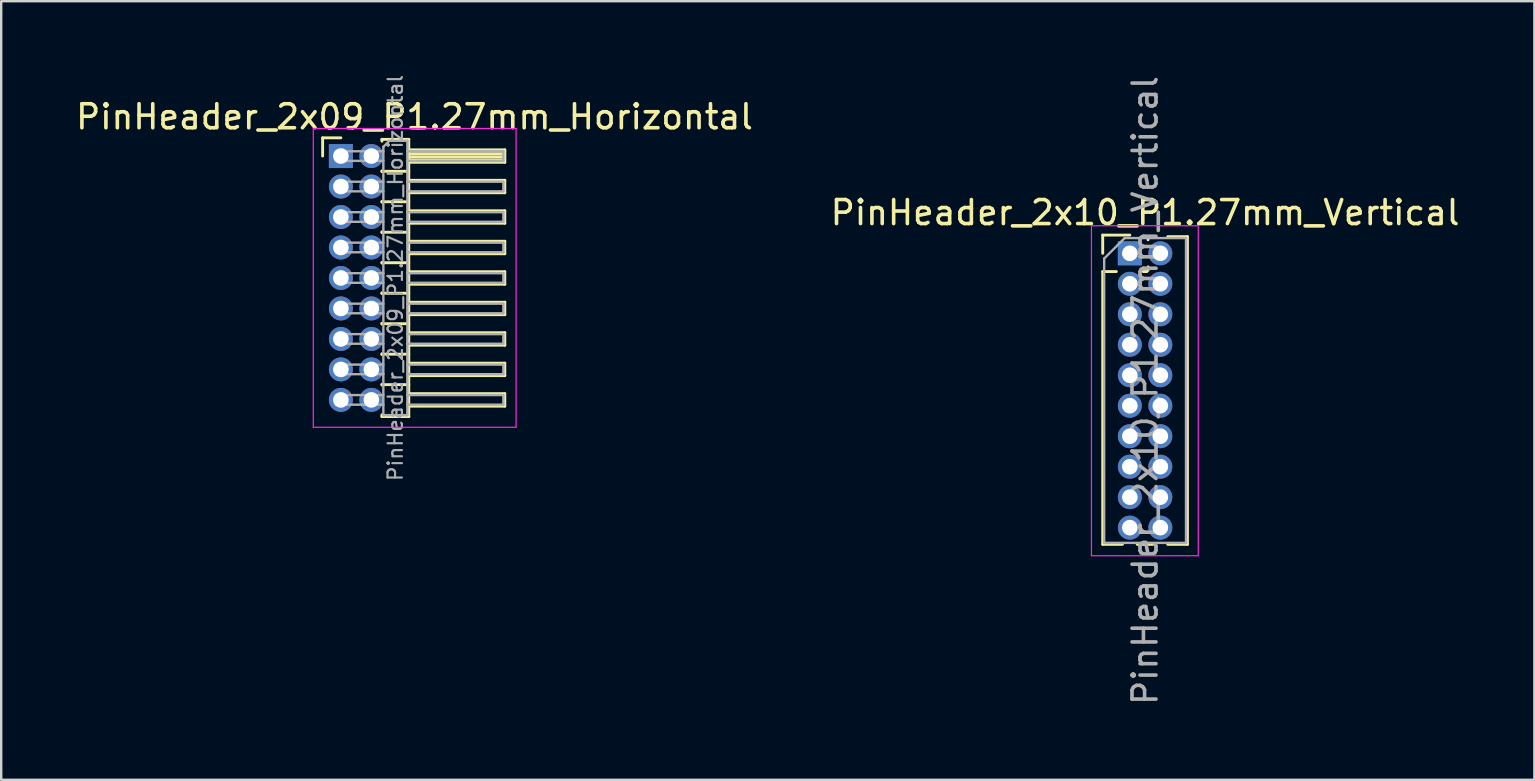
<source format=kicad_pcb>
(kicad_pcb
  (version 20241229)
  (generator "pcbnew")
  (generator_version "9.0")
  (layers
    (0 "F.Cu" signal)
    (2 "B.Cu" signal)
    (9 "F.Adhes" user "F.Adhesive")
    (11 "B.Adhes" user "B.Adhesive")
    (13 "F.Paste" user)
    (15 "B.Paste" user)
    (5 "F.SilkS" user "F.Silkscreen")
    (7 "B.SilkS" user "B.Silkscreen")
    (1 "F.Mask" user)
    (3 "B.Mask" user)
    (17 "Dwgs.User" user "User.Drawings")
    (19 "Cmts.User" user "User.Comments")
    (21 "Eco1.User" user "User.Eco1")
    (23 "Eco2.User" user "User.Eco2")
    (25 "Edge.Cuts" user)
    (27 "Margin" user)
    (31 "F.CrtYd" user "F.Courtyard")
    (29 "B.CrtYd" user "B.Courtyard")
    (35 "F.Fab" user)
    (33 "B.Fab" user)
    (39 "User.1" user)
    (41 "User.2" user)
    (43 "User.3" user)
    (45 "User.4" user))
  (footprint "PinHeader_2x10_P1.27mm_Vertical"
    (layer "F.Cu")
    (at 44.026 7.505)
    (property "Reference" "PinHeader_2x10_P1.27mm_Vertical" (at 0.635 -1.695 0) (layer "F.SilkS") (effects (font (size 1 1) (thickness 0.15))))
    (attr through_hole)
    (fp_line (start -1.13 -0.76) (end 0 -0.76) (stroke (width 0.12) (type solid)) (layer "F.SilkS"))
    (fp_line (start -1.13 0) (end -1.13 -0.76) (stroke (width 0.12) (type solid)) (layer "F.SilkS"))
    (fp_line (start -1.13 0.76) (end -1.13 12.125) (stroke (width 0.12) (type solid)) (layer "F.SilkS"))
    (fp_line (start -1.13 0.76) (end -0.563 0.76) (stroke (width 0.12) (type solid)) (layer "F.SilkS"))
    (fp_line (start -1.13 12.125) (end -0.308 12.125) (stroke (width 0.12) (type solid)) (layer "F.SilkS"))
    (fp_line (start 0.308 12.125) (end 0.962 12.125) (stroke (width 0.12) (type solid)) (layer "F.SilkS"))
    (fp_line (start 0.563 0.76) (end 0.707 0.76) (stroke (width 0.12) (type solid)) (layer "F.SilkS"))
    (fp_line (start 0.76 -0.695) (end 0.962 -0.695) (stroke (width 0.12) (type solid)) (layer "F.SilkS"))
    (fp_line (start 0.76 -0.563) (end 0.76 -0.695) (stroke (width 0.12) (type solid)) (layer "F.SilkS"))
    (fp_line (start 0.76 0.707) (end 0.76 0.563) (stroke (width 0.12) (type solid)) (layer "F.SilkS"))
    (fp_line (start 1.578 -0.695) (end 2.4 -0.695) (stroke (width 0.12) (type solid)) (layer "F.SilkS"))
    (fp_line (start 1.578 12.125) (end 2.4 12.125) (stroke (width 0.12) (type solid)) (layer "F.SilkS"))
    (fp_line (start 2.4 -0.695) (end 2.4 12.125) (stroke (width 0.12) (type solid)) (layer "F.SilkS"))
    (fp_line (start -1.6 -1.15) (end -1.6 12.6) (stroke (width 0.05) (type solid)) (layer "F.CrtYd"))
    (fp_line (start -1.6 12.6) (end 2.85 12.6) (stroke (width 0.05) (type solid)) (layer "F.CrtYd"))
    (fp_line (start 2.85 -1.15) (end -1.6 -1.15) (stroke (width 0.05) (type solid)) (layer "F.CrtYd"))
    (fp_line (start 2.85 12.6) (end 2.85 -1.15) (stroke (width 0.05) (type solid)) (layer "F.CrtYd"))
    (fp_line (start -1.07 0.217) (end -0.217 -0.635) (stroke (width 0.1) (type solid)) (layer "F.Fab"))
    (fp_line (start -1.07 12.065) (end -1.07 0.217) (stroke (width 0.1) (type solid)) (layer "F.Fab"))
    (fp_line (start -0.217 -0.635) (end 2.34 -0.635) (stroke (width 0.1) (type solid)) (layer "F.Fab"))
    (fp_line (start 2.34 -0.635) (end 2.34 12.065) (stroke (width 0.1) (type solid)) (layer "F.Fab"))
    (fp_line (start 2.34 12.065) (end -1.07 12.065) (stroke (width 0.1) (type solid)) (layer "F.Fab"))
    (fp_text user "${REFERENCE}" (at 0.635 5.715 90) (layer "F.Fab") (effects (font (size 1 1) (thickness 0.15))))
    (pad "1" thru_hole rect (at 0 0) (size 1 1) (drill 0.65) (layers "*.Cu" "*.Mask"))
    (pad "2" thru_hole oval (at 1.27 0) (size 1 1) (drill 0.65) (layers "*.Cu" "*.Mask"))
    (pad "3" thru_hole oval (at 0 1.27) (size 1 1) (drill 0.65) (layers "*.Cu" "*.Mask"))
    (pad "4" thru_hole oval (at 1.27 1.27) (size 1 1) (drill 0.65) (layers "*.Cu" "*.Mask"))
    (pad "5" thru_hole oval (at 0 2.54) (size 1 1) (drill 0.65) (layers "*.Cu" "*.Mask"))
    (pad "6" thru_hole oval (at 1.27 2.54) (size 1 1) (drill 0.65) (layers "*.Cu" "*.Mask"))
    (pad "7" thru_hole oval (at 0 3.81) (size 1 1) (drill 0.65) (layers "*.Cu" "*.Mask"))
    (pad "8" thru_hole oval (at 1.27 3.81) (size 1 1) (drill 0.65) (layers "*.Cu" "*.Mask"))
    (pad "9" thru_hole oval (at 0 5.08) (size 1 1) (drill 0.65) (layers "*.Cu" "*.Mask"))
    (pad "10" thru_hole oval (at 1.27 5.08) (size 1 1) (drill 0.65) (layers "*.Cu" "*.Mask"))
    (pad "11" thru_hole oval (at 0 6.35) (size 1 1) (drill 0.65) (layers "*.Cu" "*.Mask"))
    (pad "12" thru_hole oval (at 1.27 6.35) (size 1 1) (drill 0.65) (layers "*.Cu" "*.Mask"))
    (pad "13" thru_hole oval (at 0 7.62) (size 1 1) (drill 0.65) (layers "*.Cu" "*.Mask"))
    (pad "14" thru_hole oval (at 1.27 7.62) (size 1 1) (drill 0.65) (layers "*.Cu" "*.Mask"))
    (pad "15" thru_hole oval (at 0 8.89) (size 1 1) (drill 0.65) (layers "*.Cu" "*.Mask"))
    (pad "16" thru_hole oval (at 1.27 8.89) (size 1 1) (drill 0.65) (layers "*.Cu" "*.Mask"))
    (pad "17" thru_hole oval (at 0 10.16) (size 1 1) (drill 0.65) (layers "*.Cu" "*.Mask"))
    (pad "18" thru_hole oval (at 1.27 10.16) (size 1 1) (drill 0.65) (layers "*.Cu" "*.Mask"))
    (pad "19" thru_hole oval (at 0 11.43) (size 1 1) (drill 0.65) (layers "*.Cu" "*.Mask"))
    (pad "20" thru_hole oval (at 1.27 11.43) (size 1 1) (drill 0.65) (layers "*.Cu" "*.Mask")))
  (footprint "PinHeader_2x09_P1.27mm_Horizontal"
    (layer "F.Cu")
    (at 11.153 3.452)
    (property "Reference" "PinHeader_2x09_P1.27mm_Horizontal" (at 3.067 -1.635 0) (layer "F.SilkS") (effects (font (size 1 1) (thickness 0.15))))
    (attr through_hole)
    (fp_line (start -0.76 -0.76) (end 0 -0.76) (stroke (width 0.12) (type solid)) (layer "F.SilkS"))
    (fp_line (start -0.76 0) (end -0.76 -0.76) (stroke (width 0.12) (type solid)) (layer "F.SilkS"))
    (fp_line (start 1.71 -0.695) (end 2.83 -0.695) (stroke (width 0.12) (type solid)) (layer "F.SilkS"))
    (fp_line (start 1.71 -0.62) (end 1.71 -0.695) (stroke (width 0.12) (type solid)) (layer "F.SilkS"))
    (fp_line (start 1.71 0.62) (end 1.71 0.65) (stroke (width 0.12) (type solid)) (layer "F.SilkS"))
    (fp_line (start 1.71 0.635) (end 2.83 0.635) (stroke (width 0.12) (type solid)) (layer "F.SilkS"))
    (fp_line (start 1.71 1.89) (end 1.71 1.92) (stroke (width 0.12) (type solid)) (layer "F.SilkS"))
    (fp_line (start 1.71 1.905) (end 2.83 1.905) (stroke (width 0.12) (type solid)) (layer "F.SilkS"))
    (fp_line (start 1.71 3.16) (end 1.71 3.19) (stroke (width 0.12) (type solid)) (layer "F.SilkS"))
    (fp_line (start 1.71 3.175) (end 2.83 3.175) (stroke (width 0.12) (type solid)) (layer "F.SilkS"))
    (fp_line (start 1.71 4.43) (end 1.71 4.46) (stroke (width 0.12) (type solid)) (layer "F.SilkS"))
    (fp_line (start 1.71 4.445) (end 2.83 4.445) (stroke (width 0.12) (type solid)) (layer "F.SilkS"))
    (fp_line (start 1.71 5.7) (end 1.71 5.73) (stroke (width 0.12) (type solid)) (layer "F.SilkS"))
    (fp_line (start 1.71 5.715) (end 2.83 5.715) (stroke (width 0.12) (type solid)) (layer "F.SilkS"))
    (fp_line (start 1.71 6.97) (end 1.71 7) (stroke (width 0.12) (type solid)) (layer "F.SilkS"))
    (fp_line (start 1.71 6.985) (end 2.83 6.985) (stroke (width 0.12) (type solid)) (layer "F.SilkS"))
    (fp_line (start 1.71 8.24) (end 1.71 8.27) (stroke (width 0.12) (type solid)) (layer "F.SilkS"))
    (fp_line (start 1.71 8.255) (end 2.83 8.255) (stroke (width 0.12) (type solid)) (layer "F.SilkS"))
    (fp_line (start 1.71 9.51) (end 1.71 9.54) (stroke (width 0.12) (type solid)) (layer "F.SilkS"))
    (fp_line (start 1.71 9.525) (end 2.83 9.525) (stroke (width 0.12) (type solid)) (layer "F.SilkS"))
    (fp_line (start 1.71 10.855) (end 1.71 10.78) (stroke (width 0.12) (type solid)) (layer "F.SilkS"))
    (fp_line (start 2.83 -0.695) (end 2.83 10.855) (stroke (width 0.12) (type solid)) (layer "F.SilkS"))
    (fp_line (start 2.83 -0.26) (end 6.83 -0.26) (stroke (width 0.12) (type solid)) (layer "F.SilkS"))
    (fp_line (start 2.83 -0.2) (end 6.83 -0.2) (stroke (width 0.12) (type solid)) (layer "F.SilkS"))
    (fp_line (start 2.83 -0.08) (end 6.83 -0.08) (stroke (width 0.12) (type solid)) (layer "F.SilkS"))
    (fp_line (start 2.83 0.04) (end 6.83 0.04) (stroke (width 0.12) (type solid)) (layer "F.SilkS"))
    (fp_line (start 2.83 0.16) (end 6.83 0.16) (stroke (width 0.12) (type solid)) (layer "F.SilkS"))
    (fp_line (start 2.83 1.01) (end 6.83 1.01) (stroke (width 0.12) (type solid)) (layer "F.SilkS"))
    (fp_line (start 2.83 2.28) (end 6.83 2.28) (stroke (width 0.12) (type solid)) (layer "F.SilkS"))
    (fp_line (start 2.83 3.55) (end 6.83 3.55) (stroke (width 0.12) (type solid)) (layer "F.SilkS"))
    (fp_line (start 2.83 4.82) (end 6.83 4.82) (stroke (width 0.12) (type solid)) (layer "F.SilkS"))
    (fp_line (start 2.83 6.09) (end 6.83 6.09) (stroke (width 0.12) (type solid)) (layer "F.SilkS"))
    (fp_line (start 2.83 7.36) (end 6.83 7.36) (stroke (width 0.12) (type solid)) (layer "F.SilkS"))
    (fp_line (start 2.83 8.63) (end 6.83 8.63) (stroke (width 0.12) (type solid)) (layer "F.SilkS"))
    (fp_line (start 2.83 9.9) (end 6.83 9.9) (stroke (width 0.12) (type solid)) (layer "F.SilkS"))
    (fp_line (start 2.83 10.855) (end 1.71 10.855) (stroke (width 0.12) (type solid)) (layer "F.SilkS"))
    (fp_line (start 6.83 -0.26) (end 6.83 0.26) (stroke (width 0.12) (type solid)) (layer "F.SilkS"))
    (fp_line (start 6.83 0.26) (end 2.83 0.26) (stroke (width 0.12) (type solid)) (layer "F.SilkS"))
    (fp_line (start 6.83 1.01) (end 6.83 1.53) (stroke (width 0.12) (type solid)) (layer "F.SilkS"))
    (fp_line (start 6.83 1.53) (end 2.83 1.53) (stroke (width 0.12) (type solid)) (layer "F.SilkS"))
    (fp_line (start 6.83 2.28) (end 6.83 2.8) (stroke (width 0.12) (type solid)) (layer "F.SilkS"))
    (fp_line (start 6.83 2.8) (end 2.83 2.8) (stroke (width 0.12) (type solid)) (layer "F.SilkS"))
    (fp_line (start 6.83 3.55) (end 6.83 4.07) (stroke (width 0.12) (type solid)) (layer "F.SilkS"))
    (fp_line (start 6.83 4.07) (end 2.83 4.07) (stroke (width 0.12) (type solid)) (layer "F.SilkS"))
    (fp_line (start 6.83 4.82) (end 6.83 5.34) (stroke (width 0.12) (type solid)) (layer "F.SilkS"))
    (fp_line (start 6.83 5.34) (end 2.83 5.34) (stroke (width 0.12) (type solid)) (layer "F.SilkS"))
    (fp_line (start 6.83 6.09) (end 6.83 6.61) (stroke (width 0.12) (type solid)) (layer "F.SilkS"))
    (fp_line (start 6.83 6.61) (end 2.83 6.61) (stroke (width 0.12) (type solid)) (layer "F.SilkS"))
    (fp_line (start 6.83 7.36) (end 6.83 7.88) (stroke (width 0.12) (type solid)) (layer "F.SilkS"))
    (fp_line (start 6.83 7.88) (end 2.83 7.88) (stroke (width 0.12) (type solid)) (layer "F.SilkS"))
    (fp_line (start 6.83 8.63) (end 6.83 9.15) (stroke (width 0.12) (type solid)) (layer "F.SilkS"))
    (fp_line (start 6.83 9.15) (end 2.83 9.15) (stroke (width 0.12) (type solid)) (layer "F.SilkS"))
    (fp_line (start 6.83 9.9) (end 6.83 10.42) (stroke (width 0.12) (type solid)) (layer "F.SilkS"))
    (fp_line (start 6.83 10.42) (end 2.83 10.42) (stroke (width 0.12) (type solid)) (layer "F.SilkS"))
    (fp_line (start -1.15 -1.15) (end -1.15 11.3) (stroke (width 0.05) (type solid)) (layer "F.CrtYd"))
    (fp_line (start -1.15 11.3) (end 7.3 11.3) (stroke (width 0.05) (type solid)) (layer "F.CrtYd"))
    (fp_line (start 7.3 -1.15) (end -1.15 -1.15) (stroke (width 0.05) (type solid)) (layer "F.CrtYd"))
    (fp_line (start 7.3 11.3) (end 7.3 -1.15) (stroke (width 0.05) (type solid)) (layer "F.CrtYd"))
    (fp_line (start -0.2 -0.2) (end -0.2 0.2) (stroke (width 0.1) (type solid)) (layer "F.Fab"))
    (fp_line (start -0.2 -0.2) (end 1.77 -0.2) (stroke (width 0.1) (type solid)) (layer "F.Fab"))
    (fp_line (start -0.2 0.2) (end 1.77 0.2) (stroke (width 0.1) (type solid)) (layer "F.Fab"))
    (fp_line (start -0.2 1.07) (end -0.2 1.47) (stroke (width 0.1) (type solid)) (layer "F.Fab"))
    (fp_line (start -0.2 1.07) (end 1.77 1.07) (stroke (width 0.1) (type solid)) (layer "F.Fab"))
    (fp_line (start -0.2 1.47) (end 1.77 1.47) (stroke (width 0.1) (type solid)) (layer "F.Fab"))
    (fp_line (start -0.2 2.34) (end -0.2 2.74) (stroke (width 0.1) (type solid)) (layer "F.Fab"))
    (fp_line (start -0.2 2.34) (end 1.77 2.34) (stroke (width 0.1) (type solid)) (layer "F.Fab"))
    (fp_line (start -0.2 2.74) (end 1.77 2.74) (stroke (width 0.1) (type solid)) (layer "F.Fab"))
    (fp_line (start -0.2 3.61) (end -0.2 4.01) (stroke (width 0.1) (type solid)) (layer "F.Fab"))
    (fp_line (start -0.2 3.61) (end 1.77 3.61) (stroke (width 0.1) (type solid)) (layer "F.Fab"))
    (fp_line (start -0.2 4.01) (end 1.77 4.01) (stroke (width 0.1) (type solid)) (layer "F.Fab"))
    (fp_line (start -0.2 4.88) (end -0.2 5.28) (stroke (width 0.1) (type solid)) (layer "F.Fab"))
    (fp_line (start -0.2 4.88) (end 1.77 4.88) (stroke (width 0.1) (type solid)) (layer "F.Fab"))
    (fp_line (start -0.2 5.28) (end 1.77 5.28) (stroke (width 0.1) (type solid)) (layer "F.Fab"))
    (fp_line (start -0.2 6.15) (end -0.2 6.55) (stroke (width 0.1) (type solid)) (layer "F.Fab"))
    (fp_line (start -0.2 6.15) (end 1.77 6.15) (stroke (width 0.1) (type solid)) (layer "F.Fab"))
    (fp_line (start -0.2 6.55) (end 1.77 6.55) (stroke (width 0.1) (type solid)) (layer "F.Fab"))
    (fp_line (start -0.2 7.42) (end -0.2 7.82) (stroke (width 0.1) (type solid)) (layer "F.Fab"))
    (fp_line (start -0.2 7.42) (end 1.77 7.42) (stroke (width 0.1) (type solid)) (layer "F.Fab"))
    (fp_line (start -0.2 7.82) (end 1.77 7.82) (stroke (width 0.1) (type solid)) (layer "F.Fab"))
    (fp_line (start -0.2 8.69) (end -0.2 9.09) (stroke (width 0.1) (type solid)) (layer "F.Fab"))
    (fp_line (start -0.2 8.69) (end 1.77 8.69) (stroke (width 0.1) (type solid)) (layer "F.Fab"))
    (fp_line (start -0.2 9.09) (end 1.77 9.09) (stroke (width 0.1) (type solid)) (layer "F.Fab"))
    (fp_line (start -0.2 9.96) (end -0.2 10.36) (stroke (width 0.1) (type solid)) (layer "F.Fab"))
    (fp_line (start -0.2 9.96) (end 1.77 9.96) (stroke (width 0.1) (type solid)) (layer "F.Fab"))
    (fp_line (start -0.2 10.36) (end 1.77 10.36) (stroke (width 0.1) (type solid)) (layer "F.Fab"))
    (fp_line (start 1.77 -0.385) (end 2.02 -0.635) (stroke (width 0.1) (type solid)) (layer "F.Fab"))
    (fp_line (start 1.77 10.795) (end 1.77 -0.385) (stroke (width 0.1) (type solid)) (layer "F.Fab"))
    (fp_line (start 2.02 -0.635) (end 2.77 -0.635) (stroke (width 0.1) (type solid)) (layer "F.Fab"))
    (fp_line (start 2.77 -0.635) (end 2.77 10.795) (stroke (width 0.1) (type solid)) (layer "F.Fab"))
    (fp_line (start 2.77 -0.2) (end 6.77 -0.2) (stroke (width 0.1) (type solid)) (layer "F.Fab"))
    (fp_line (start 2.77 0.2) (end 6.77 0.2) (stroke (width 0.1) (type solid)) (layer "F.Fab"))
    (fp_line (start 2.77 1.07) (end 6.77 1.07) (stroke (width 0.1) (type solid)) (layer "F.Fab"))
    (fp_line (start 2.77 1.47) (end 6.77 1.47) (stroke (width 0.1) (type solid)) (layer "F.Fab"))
    (fp_line (start 2.77 2.34) (end 6.77 2.34) (stroke (width 0.1) (type solid)) (layer "F.Fab"))
    (fp_line (start 2.77 2.74) (end 6.77 2.74) (stroke (width 0.1) (type solid)) (layer "F.Fab"))
    (fp_line (start 2.77 3.61) (end 6.77 3.61) (stroke (width 0.1) (type solid)) (layer "F.Fab"))
    (fp_line (start 2.77 4.01) (end 6.77 4.01) (stroke (width 0.1) (type solid)) (layer "F.Fab"))
    (fp_line (start 2.77 4.88) (end 6.77 4.88) (stroke (width 0.1) (type solid)) (layer "F.Fab"))
    (fp_line (start 2.77 5.28) (end 6.77 5.28) (stroke (width 0.1) (type solid)) (layer "F.Fab"))
    (fp_line (start 2.77 6.15) (end 6.77 6.15) (stroke (width 0.1) (type solid)) (layer "F.Fab"))
    (fp_line (start 2.77 6.55) (end 6.77 6.55) (stroke (width 0.1) (type solid)) (layer "F.Fab"))
    (fp_line (start 2.77 7.42) (end 6.77 7.42) (stroke (width 0.1) (type solid)) (layer "F.Fab"))
    (fp_line (start 2.77 7.82) (end 6.77 7.82) (stroke (width 0.1) (type solid)) (layer "F.Fab"))
    (fp_line (start 2.77 8.69) (end 6.77 8.69) (stroke (width 0.1) (type solid)) (layer "F.Fab"))
    (fp_line (start 2.77 9.09) (end 6.77 9.09) (stroke (width 0.1) (type solid)) (layer "F.Fab"))
    (fp_line (start 2.77 9.96) (end 6.77 9.96) (stroke (width 0.1) (type solid)) (layer "F.Fab"))
    (fp_line (start 2.77 10.36) (end 6.77 10.36) (stroke (width 0.1) (type solid)) (layer "F.Fab"))
    (fp_line (start 2.77 10.795) (end 1.77 10.795) (stroke (width 0.1) (type solid)) (layer "F.Fab"))
    (fp_line (start 6.77 -0.2) (end 6.77 0.2) (stroke (width 0.1) (type solid)) (layer "F.Fab"))
    (fp_line (start 6.77 1.07) (end 6.77 1.47) (stroke (width 0.1) (type solid)) (layer "F.Fab"))
    (fp_line (start 6.77 2.34) (end 6.77 2.74) (stroke (width 0.1) (type solid)) (layer "F.Fab"))
    (fp_line (start 6.77 3.61) (end 6.77 4.01) (stroke (width 0.1) (type solid)) (layer "F.Fab"))
    (fp_line (start 6.77 4.88) (end 6.77 5.28) (stroke (width 0.1) (type solid)) (layer "F.Fab"))
    (fp_line (start 6.77 6.15) (end 6.77 6.55) (stroke (width 0.1) (type solid)) (layer "F.Fab"))
    (fp_line (start 6.77 7.42) (end 6.77 7.82) (stroke (width 0.1) (type solid)) (layer "F.Fab"))
    (fp_line (start 6.77 8.69) (end 6.77 9.09) (stroke (width 0.1) (type solid)) (layer "F.Fab"))
    (fp_line (start 6.77 9.96) (end 6.77 10.36) (stroke (width 0.1) (type solid)) (layer "F.Fab"))
    (fp_text user "${REFERENCE}" (at 2.27 5.08 90) (layer "F.Fab") (effects (font (size 0.6 0.6) (thickness 0.09))))
    (pad "1" thru_hole rect (at 0 0) (size 1 1) (drill 0.65) (layers "*.Cu" "*.Mask"))
    (pad "2" thru_hole oval (at 1.27 0) (size 1 1) (drill 0.65) (layers "*.Cu" "*.Mask"))
    (pad "3" thru_hole oval (at 0 1.27) (size 1 1) (drill 0.65) (layers "*.Cu" "*.Mask"))
    (pad "4" thru_hole oval (at 1.27 1.27) (size 1 1) (drill 0.65) (layers "*.Cu" "*.Mask"))
    (pad "5" thru_hole oval (at 0 2.54) (size 1 1) (drill 0.65) (layers "*.Cu" "*.Mask"))
    (pad "6" thru_hole oval (at 1.27 2.54) (size 1 1) (drill 0.65) (layers "*.Cu" "*.Mask"))
    (pad "7" thru_hole oval (at 0 3.81) (size 1 1) (drill 0.65) (layers "*.Cu" "*.Mask"))
    (pad "8" thru_hole oval (at 1.27 3.81) (size 1 1) (drill 0.65) (layers "*.Cu" "*.Mask"))
    (pad "9" thru_hole oval (at 0 5.08) (size 1 1) (drill 0.65) (layers "*.Cu" "*.Mask"))
    (pad "10" thru_hole oval (at 1.27 5.08) (size 1 1) (drill 0.65) (layers "*.Cu" "*.Mask"))
    (pad "11" thru_hole oval (at 0 6.35) (size 1 1) (drill 0.65) (layers "*.Cu" "*.Mask"))
    (pad "12" thru_hole oval (at 1.27 6.35) (size 1 1) (drill 0.65) (layers "*.Cu" "*.Mask"))
    (pad "13" thru_hole oval (at 0 7.62) (size 1 1) (drill 0.65) (layers "*.Cu" "*.Mask"))
    (pad "14" thru_hole oval (at 1.27 7.62) (size 1 1) (drill 0.65) (layers "*.Cu" "*.Mask"))
    (pad "15" thru_hole oval (at 0 8.89) (size 1 1) (drill 0.65) (layers "*.Cu" "*.Mask"))
    (pad "16" thru_hole oval (at 1.27 8.89) (size 1 1) (drill 0.65) (layers "*.Cu" "*.Mask"))
    (pad "17" thru_hole oval (at 0 10.16) (size 1 1) (drill 0.65) (layers "*.Cu" "*.Mask"))
    (pad "18" thru_hole oval (at 1.27 10.16) (size 1 1) (drill 0.65) (layers "*.Cu" "*.Mask")))
  (gr_rect
    (start -3 -3)
    (end 60.881 29.44)
    (stroke (width 0.1) (type default))
    (fill no)
    (layer "Edge.Cuts")))
</source>
